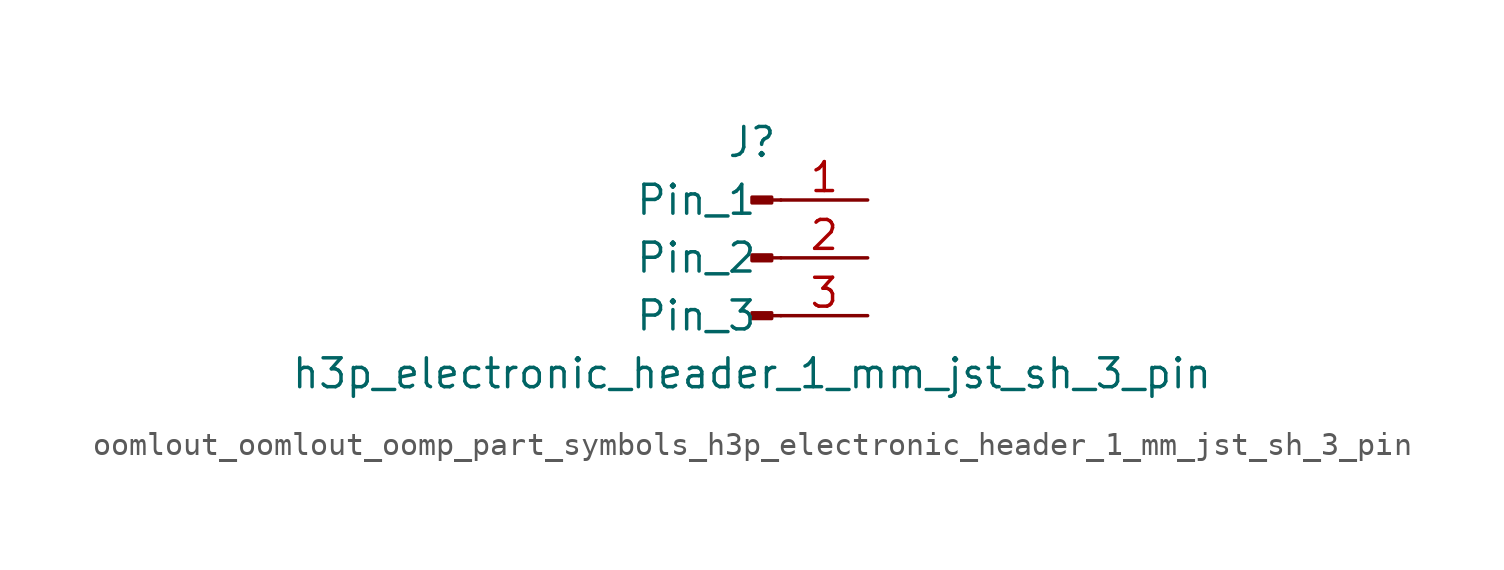
<source format=kicad_sym>
(kicad_symbol_lib
  (version 20220914)
  (generator kicad_symbol_editor)
  (symbol "oomlout_oomlout_oomp_part_symbols_h3p_electronic_header_1_mm_jst_sh_3_pin"
    (pin_names
      (offset 1.016))
    (property "Reference" "J"
      (at 0 5.08 0)
      (effects (font (size 1.27 1.27))))
    (property "Value" "h3p_electronic_header_1_mm_jst_sh_3_pin"
      (at 0 -5.08 0)
      (effects (font (size 1.27 1.27))))
    (property "ki_locked" ""
      (at 0 0 0)
      (effects (font (size 1.27 1.27))))
    (symbol "oomlout_oomlout_oomp_part_symbols_h3p_electronic_header_1_mm_jst_sh_3_pin_1_1"
      (polyline (pts (xy 1.27 -2.54) (xy 0.864 -2.54)) (stroke (width 0.152) (type default)) (fill (type none)))
      (polyline (pts (xy 1.27 0) (xy 0.864 0)) (stroke (width 0.152) (type default)) (fill (type none)))
      (polyline (pts (xy 1.27 2.54) (xy 0.864 2.54)) (stroke (width 0.152) (type default)) (fill (type none)))
      (rectangle (start 0.864 -2.413) (end 0 -2.667) (stroke (width 0.152) (type default)) (fill (type outline)))
      (rectangle (start 0.864 0.127) (end 0 -0.127) (stroke (width 0.152) (type default)) (fill (type outline)))
      (rectangle (start 0.864 2.667) (end 0 2.413) (stroke (width 0.152) (type default)) (fill (type outline)))
      (pin passive line (at 5.08 2.54 180) (length 3.81) (name "Pin_1" (effects (font (size 1.27 1.27)))) (number "1" (effects (font (size 1.27 1.27)))))
      (pin passive line (at 5.08 0 180) (length 3.81) (name "Pin_2" (effects (font (size 1.27 1.27)))) (number "2" (effects (font (size 1.27 1.27)))))
      (pin passive line (at 5.08 -2.54 180) (length 3.81) (name "Pin_3" (effects (font (size 1.27 1.27)))) (number "3" (effects (font (size 1.27 1.27))))))))
</source>
